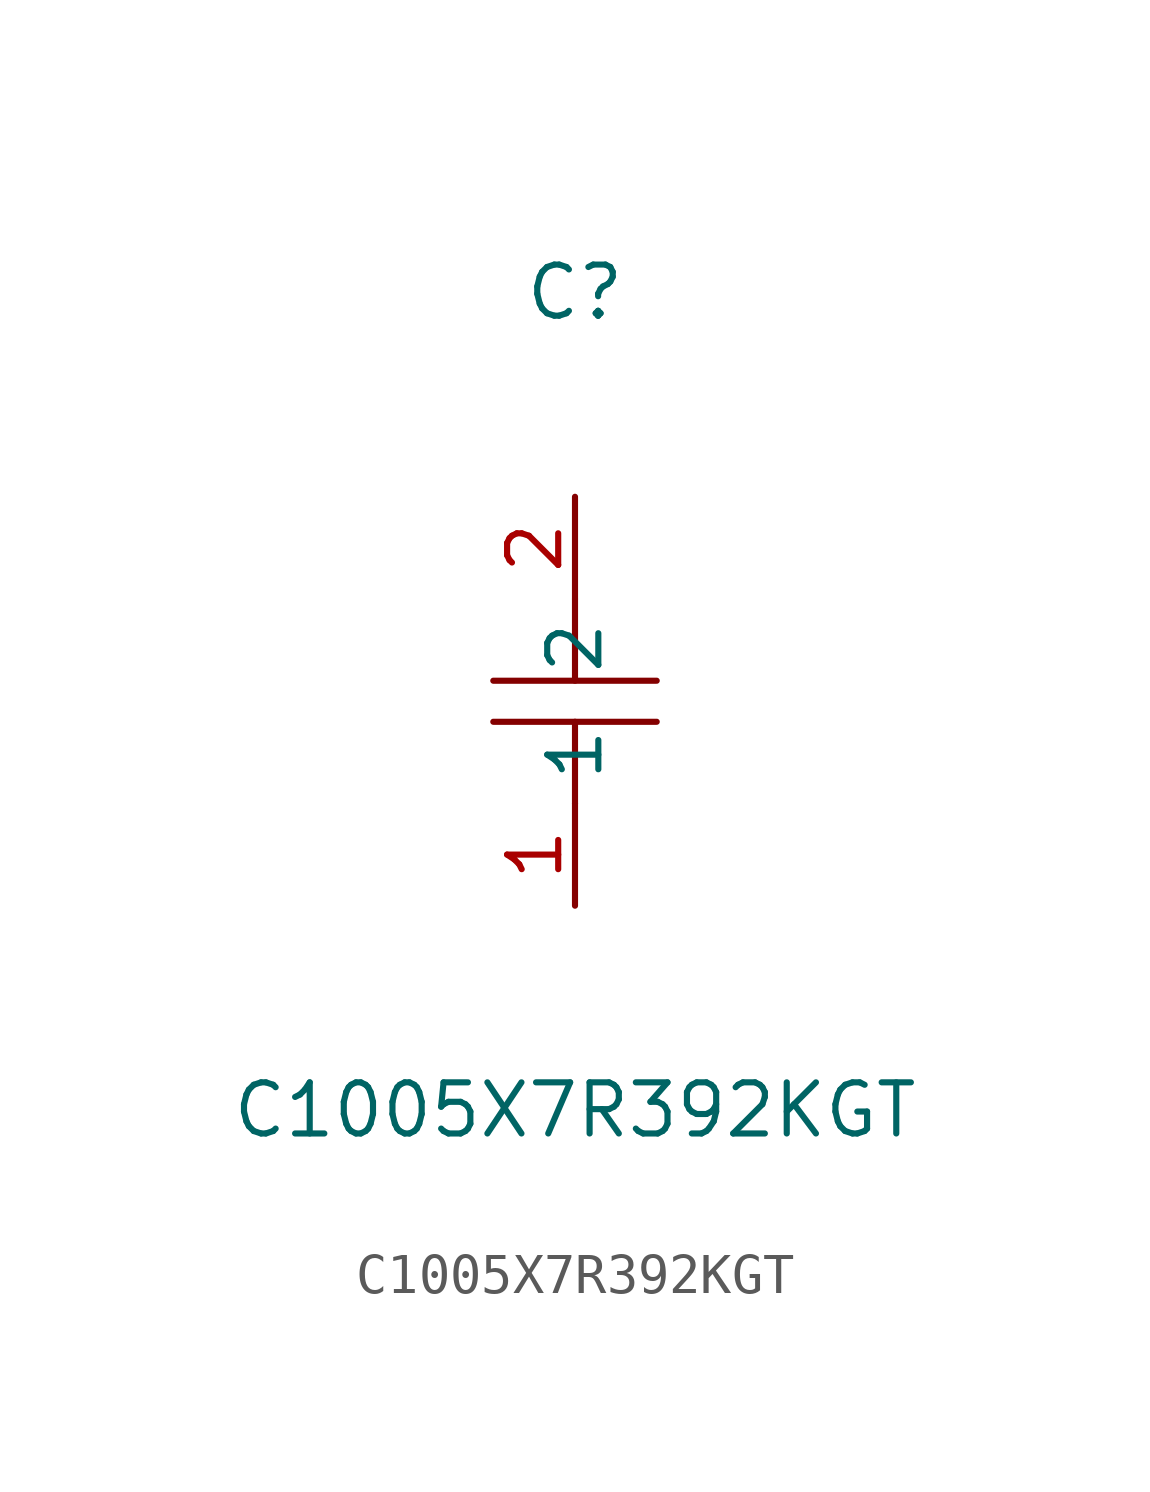
<source format=kicad_sym>
(kicad_symbol_lib
  (version 1)
  (generator "faebryk")
  (symbol "C1005X7R392KGT"
    (property "Reference" "C"
      (at 0 10.16 0)
      (effects (font (size 1.27 1.27)) (hide no)))
    (property "Value" "C1005X7R392KGT"
      (at 0 -10.16 0)
      (effects (font (size 1.27 1.27)) (hide no)))
    (symbol "C1005X7R392KGT_0_1"
      (polyline (stroke (width 0) (type default) (color 0 0 0 0)) (fill (type none)) (pts (xy 2.03 -0.51) (xy -2.03 -0.51)))
      (polyline (stroke (width 0) (type default) (color 0 0 0 0)) (fill (type none)) (pts (xy 0 2.54) (xy 0 0.51)))
      (polyline (stroke (width 0) (type default) (color 0 0 0 0)) (fill (type none)) (pts (xy -2.03 0.51) (xy 2.03 0.51)))
      (polyline (stroke (width 0) (type default) (color 0 0 0 0)) (fill (type none)) (pts (xy 0 -0.51) (xy 0 -2.54)))
      (pin unspecified line (at 0 -5.08 90) (length 2.54) (name "1" (effects (font (size 1.27 1.27)) (hide no))) (number "1" (effects (font (size 1.27 1.27)) (hide no))))
      (pin unspecified line (at 0 5.08 270) (length 2.54) (name "2" (effects (font (size 1.27 1.27)) (hide no))) (number "2" (effects (font (size 1.27 1.27)) (hide no)))))))
</source>
